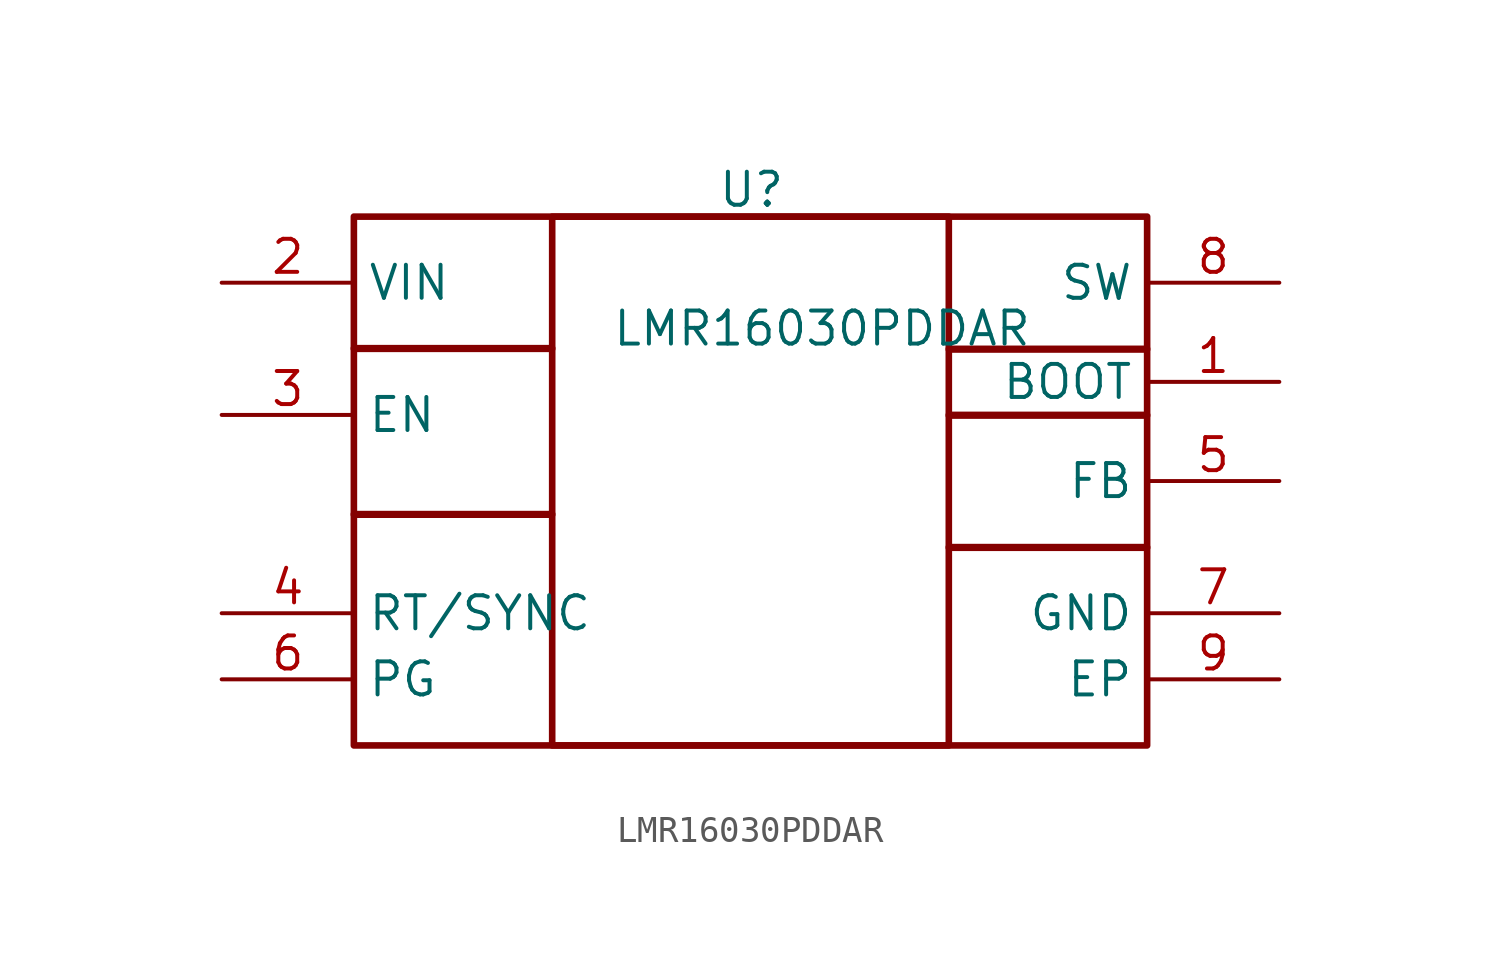
<source format=kicad_sym>
(kicad_symbol_lib
  (version 20241209)
  (generator "kicad_symbol_editor")
  (generator_version "9.0")
  (symbol "LMR16030PDDAR"
    (property "Reference" "U"
      (at 8.89 4.318 0)
      (effects (font (size 1.27 1.27)) (justify left top)))
    (property "Value" "LMR16030PDDAR"
      (at 4.826 -1.016 0)
      (effects (font (size 1.27 1.27)) (justify left top)))
    (symbol "LMR16030PDDAR_1_1"
      (rectangle (start -5.08 2.54) (end 25.4 -17.78) (stroke (width 0.254) (type solid)) (fill (type none)))
      (rectangle (start -5.08 -2.515) (end 2.54 -2.54) (stroke (width 0.254) (type solid)) (fill (type none)))
      (rectangle (start -5.08 -8.89) (end 2.54 -8.915) (stroke (width 0.254) (type solid)) (fill (type none)))
      (rectangle (start 2.54 2.54) (end 17.78 -17.78) (stroke (width 0.254) (type solid)) (fill (type none)))
      (rectangle (start 17.78 -2.54) (end 25.4 -2.565) (stroke (width 0.254) (type solid)) (fill (type none)))
      (rectangle (start 17.78 -5.08) (end 25.4 -5.105) (stroke (width 0.254) (type solid)) (fill (type none)))
      (rectangle (start 17.78 -10.16) (end 25.4 -10.185) (stroke (width 0.254) (type solid)) (fill (type none)))
      (pin passive line (at -10.16 0 0) (length 5.08) (name "VIN" (effects (font (size 1.27 1.27)))) (number "2" (effects (font (size 1.27 1.27)))))
      (pin passive line (at -10.16 -5.08 0) (length 5.08) (name "EN" (effects (font (size 1.27 1.27)))) (number "3" (effects (font (size 1.27 1.27)))))
      (pin passive line (at -10.16 -12.7 0) (length 5.08) (name "RT/SYNC" (effects (font (size 1.27 1.27)))) (number "4" (effects (font (size 1.27 1.27)))))
      (pin passive line (at -10.16 -15.24 0) (length 5.08) (name "PG" (effects (font (size 1.27 1.27)))) (number "6" (effects (font (size 1.27 1.27)))))
      (pin passive line (at 30.48 0 180) (length 5.08) (name "SW" (effects (font (size 1.27 1.27)))) (number "8" (effects (font (size 1.27 1.27)))))
      (pin passive line (at 30.48 -3.81 180) (length 5.08) (name "BOOT" (effects (font (size 1.27 1.27)))) (number "1" (effects (font (size 1.27 1.27)))))
      (pin passive line (at 30.48 -7.62 180) (length 5.08) (name "FB" (effects (font (size 1.27 1.27)))) (number "5" (effects (font (size 1.27 1.27)))))
      (pin passive line (at 30.48 -12.7 180) (length 5.08) (name "GND" (effects (font (size 1.27 1.27)))) (number "7" (effects (font (size 1.27 1.27)))))
      (pin passive line (at 30.48 -15.24 180) (length 5.08) (name "EP" (effects (font (size 1.27 1.27)))) (number "9" (effects (font (size 1.27 1.27))))))))
</source>
